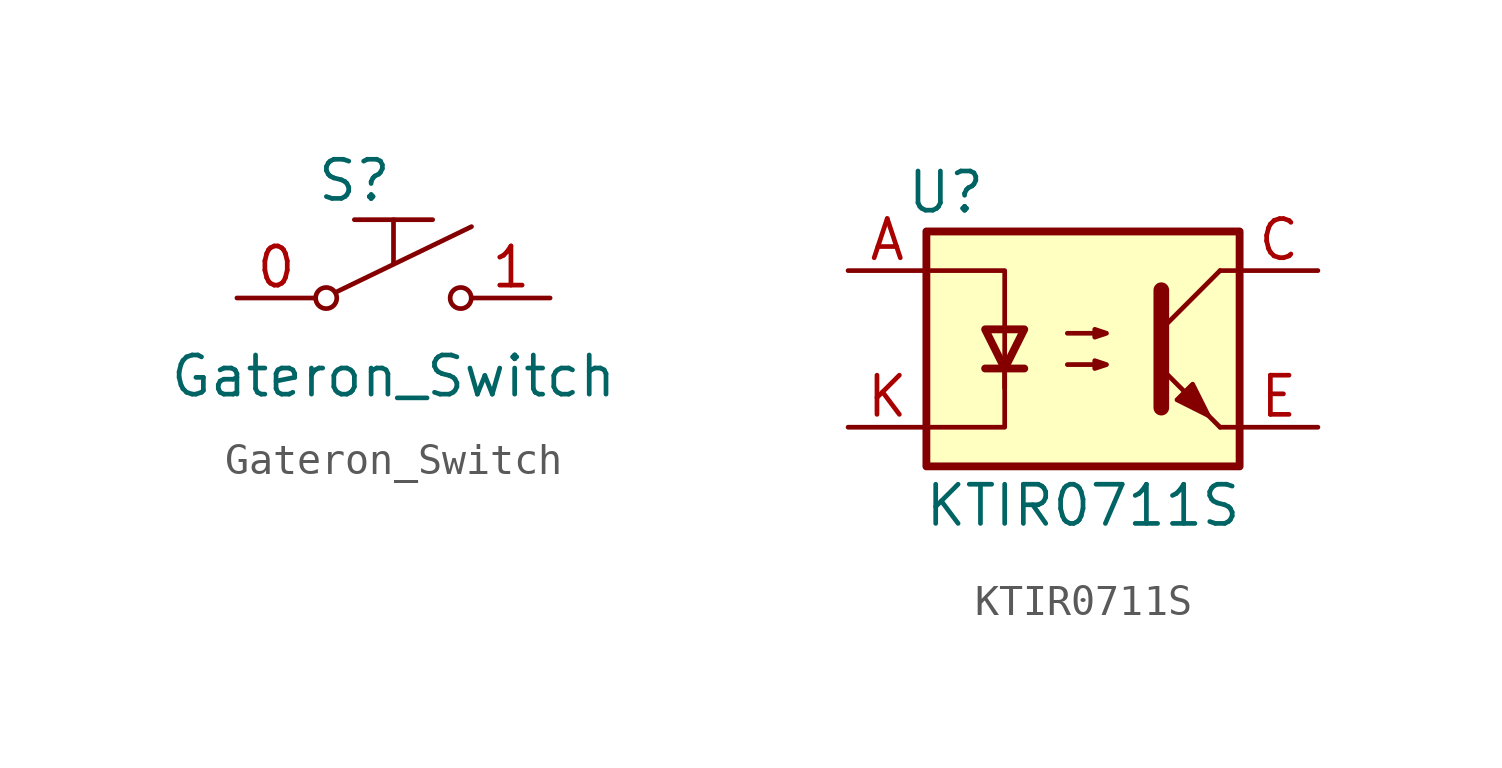
<source format=kicad_sym>
(kicad_symbol_lib
  (version 20220914)
  (generator kicad_symbol_editor)
  (symbol "Gateron_Switch"
    (property "Reference" "S"
      (at -1.27 3.81 0)
      (effects (font (size 1.27 1.27))))
    (property "Value" "Gateron_Switch"
      (at 0 -2.54 0)
      (effects (font (size 1.27 1.27))))
    (symbol "Gateron_Switch_0_1"
      (circle (center -2.183 -0.002) (radius 0.343) (stroke (width 0) (type default)) (fill (type none)))
      (polyline (pts (xy -1.875 0.186) (xy 2.53 2.314)) (stroke (width 0) (type default)) (fill (type none)))
      (polyline (pts (xy -1.27 2.54) (xy 1.27 2.54)) (stroke (width 0) (type default)) (fill (type none)))
      (polyline (pts (xy 0 1.125) (xy 0 2.54)) (stroke (width 0) (type default)) (fill (type none)))
      (circle (center 2.18 -0.002) (radius 0.343) (stroke (width 0) (type default)) (fill (type none))))
    (symbol "Gateron_Switch_1_1"
      (pin bidirectional line (at -5.08 0 0) (length 2.54) (name "" (effects (font (size 1.27 1.27)))) (number "0" (effects (font (size 1.27 1.27)))))
      (pin bidirectional line (at 5.08 0 180) (length 2.54) (name "" (effects (font (size 1.27 1.27)))) (number "1" (effects (font (size 1.27 1.27)))))))
  (symbol "KTIR0711S"
    (property "Reference" "U"
      (at -4.445 5.08 0)
      (effects (font (size 1.27 1.27))))
    (property "Value" "KTIR0711S"
      (at 0 -5.08 0)
      (effects (font (size 1.27 1.27))))
    (symbol "KTIR0711S_0_1"
      (rectangle (start -5.08 3.81) (end 5.08 -3.81) (stroke (width 0.254) (type default)) (fill (type background)))
      (polyline (pts (xy -3.175 -0.635) (xy -1.905 -0.635)) (stroke (width 0.254) (type default)) (fill (type none)))
      (polyline (pts (xy 2.54 0.635) (xy 4.445 2.54)) (stroke (width 0) (type default)) (fill (type none)))
      (polyline (pts (xy 4.445 -2.54) (xy 2.54 -0.635)) (stroke (width 0) (type default)) (fill (type outline)))
      (polyline (pts (xy 4.445 -2.54) (xy 5.08 -2.54)) (stroke (width 0) (type default)) (fill (type none)))
      (polyline (pts (xy 4.445 2.54) (xy 5.08 2.54)) (stroke (width 0) (type default)) (fill (type none)))
      (polyline (pts (xy -2.54 -0.635) (xy -2.54 -2.54) (xy -5.08 -2.54)) (stroke (width 0) (type default)) (fill (type none)))
      (polyline (pts (xy 2.54 1.905) (xy 2.54 -1.905) (xy 2.54 -1.905)) (stroke (width 0.508) (type default)) (fill (type none)))
      (polyline (pts (xy -5.08 2.54) (xy -2.54 2.54) (xy -2.54 -1.27) (xy -2.54 0.635)) (stroke (width 0) (type default)) (fill (type none)))
      (polyline (pts (xy -2.54 -0.635) (xy -3.175 0.635) (xy -1.905 0.635) (xy -2.54 -0.635)) (stroke (width 0.254) (type default)) (fill (type none)))
      (polyline (pts (xy -0.508 -0.508) (xy 0.762 -0.508) (xy 0.381 -0.635) (xy 0.381 -0.381) (xy 0.762 -0.508)) (stroke (width 0) (type default)) (fill (type none)))
      (polyline (pts (xy -0.508 0.508) (xy 0.762 0.508) (xy 0.381 0.381) (xy 0.381 0.635) (xy 0.762 0.508)) (stroke (width 0) (type default)) (fill (type none)))
      (polyline (pts (xy 3.048 -1.651) (xy 3.556 -1.143) (xy 4.064 -2.159) (xy 3.048 -1.651) (xy 3.048 -1.651)) (stroke (width 0) (type default)) (fill (type outline))))
    (symbol "KTIR0711S_1_1"
      (pin passive line (at -7.62 2.54 0) (length 2.54) (name "~" (effects (font (size 1.27 1.27)))) (number "A" (effects (font (size 1.27 1.27)))))
      (pin passive line (at 7.62 2.54 180) (length 2.54) (name "~" (effects (font (size 1.27 1.27)))) (number "C" (effects (font (size 1.27 1.27)))))
      (pin passive line (at 7.62 -2.54 180) (length 2.54) (name "~" (effects (font (size 1.27 1.27)))) (number "E" (effects (font (size 1.27 1.27)))))
      (pin passive line (at -7.62 -2.54 0) (length 2.54) (name "~" (effects (font (size 1.27 1.27)))) (number "K" (effects (font (size 1.27 1.27))))))))
</source>
